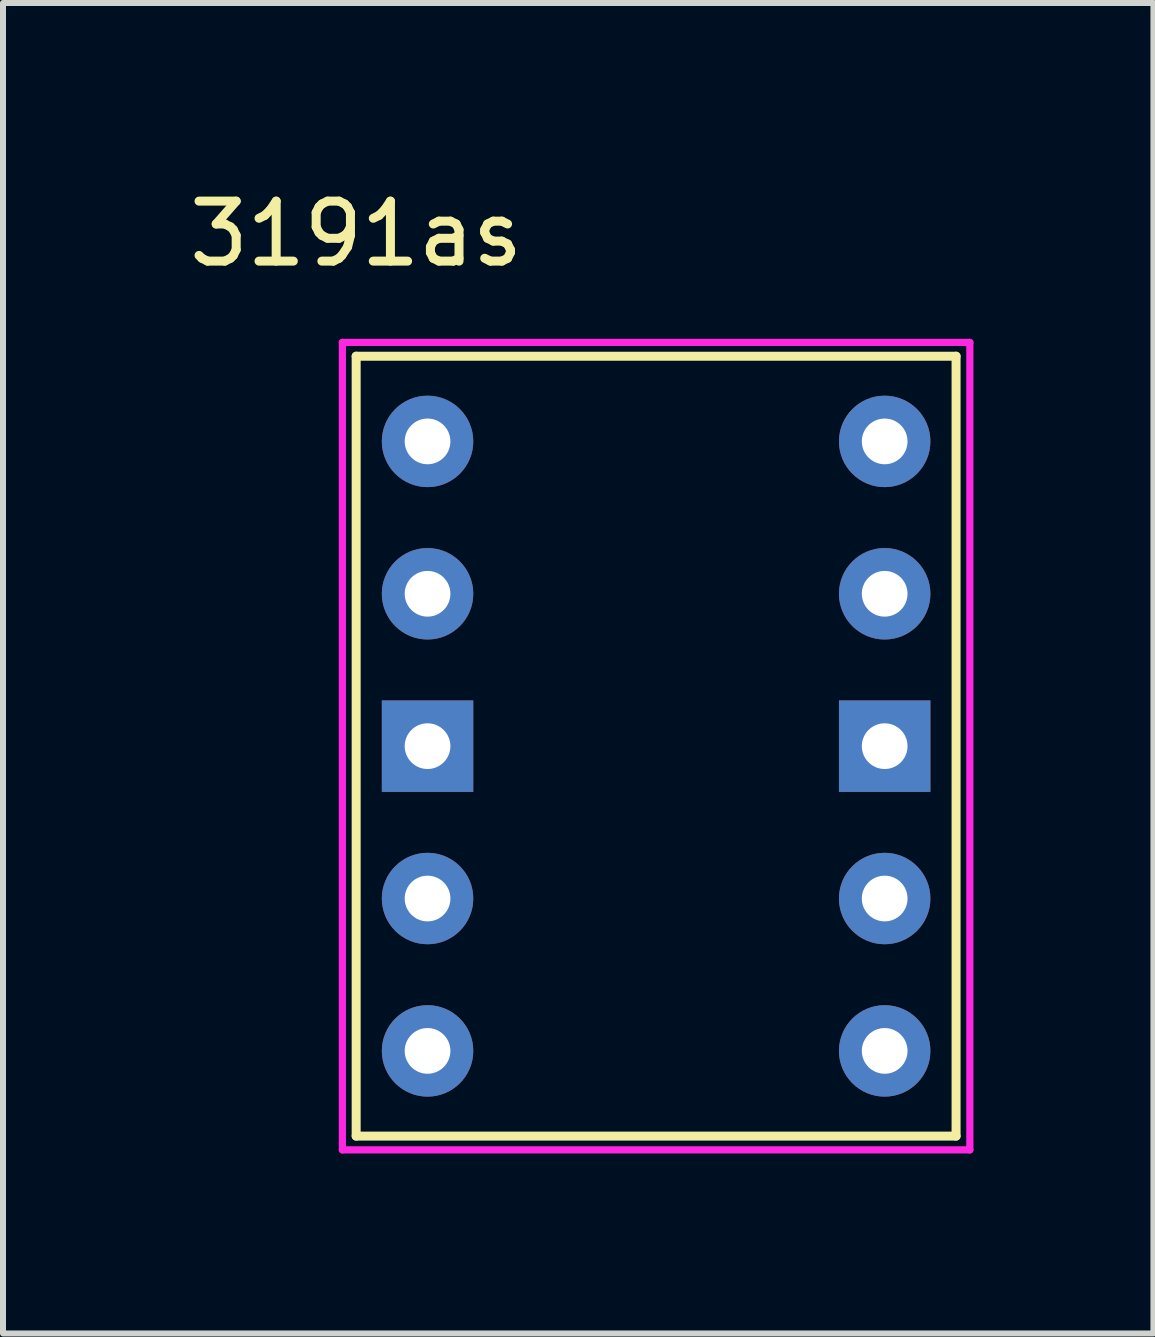
<source format=kicad_pcb>
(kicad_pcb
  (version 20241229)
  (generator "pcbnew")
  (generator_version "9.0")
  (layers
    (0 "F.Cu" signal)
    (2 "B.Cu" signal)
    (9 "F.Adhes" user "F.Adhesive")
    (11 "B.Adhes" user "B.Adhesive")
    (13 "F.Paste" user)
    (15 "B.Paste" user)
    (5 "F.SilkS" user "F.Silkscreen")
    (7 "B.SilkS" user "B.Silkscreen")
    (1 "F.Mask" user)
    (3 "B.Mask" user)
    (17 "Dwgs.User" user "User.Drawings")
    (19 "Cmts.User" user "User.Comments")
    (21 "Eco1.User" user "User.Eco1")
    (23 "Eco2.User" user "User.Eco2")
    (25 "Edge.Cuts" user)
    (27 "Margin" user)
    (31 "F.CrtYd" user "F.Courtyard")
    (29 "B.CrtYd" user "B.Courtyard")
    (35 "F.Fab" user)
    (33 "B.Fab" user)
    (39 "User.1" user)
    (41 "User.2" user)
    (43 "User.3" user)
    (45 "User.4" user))
  (footprint "3191as"
    (layer "F.Cu")
    (at 2.887 0.348)
    (property "Reference" "3191as" (at 0 0.5 0) (layer "F.SilkS") (effects (font (size 1 1) (thickness 0.15))))
    (attr through_hole)
    (fp_line (start 0 2.54) (end 10 2.54) (stroke (width 0.15) (type solid)) (layer "F.SilkS"))
    (fp_line (start 0 15.54) (end 0 2.54) (stroke (width 0.15) (type solid)) (layer "F.SilkS"))
    (fp_line (start 10 2.54) (end 10 15.54) (stroke (width 0.15) (type solid)) (layer "F.SilkS"))
    (fp_line (start 10 15.54) (end 0 15.54) (stroke (width 0.15) (type solid)) (layer "F.SilkS"))
    (fp_line (start -0.23 2.31) (end -0.23 15.77) (stroke (width 0.12) (type solid)) (layer "F.CrtYd"))
    (fp_line (start -0.23 2.31) (end 10.23 2.31) (stroke (width 0.12) (type solid)) (layer "F.CrtYd"))
    (fp_line (start -0.23 15.77) (end 10.23 15.77) (stroke (width 0.12) (type solid)) (layer "F.CrtYd"))
    (fp_line (start 10.23 2.31) (end 10.23 15.77) (stroke (width 0.12) (type solid)) (layer "F.CrtYd"))
    (pad "1" thru_hole circle (at 1.19 3.96) (size 1.524 1.524) (drill 0.762) (layers "*.Cu" "*.Mask"))
    (pad "2" thru_hole circle (at 1.19 6.5) (size 1.524 1.524) (drill 0.762) (layers "*.Cu" "*.Mask"))
    (pad "3" thru_hole rect (at 1.19 9.04) (size 1.524 1.524) (drill 0.762) (layers "*.Cu" "*.Mask"))
    (pad "4" thru_hole circle (at 1.19 11.58) (size 1.524 1.524) (drill 0.762) (layers "*.Cu" "*.Mask"))
    (pad "5" thru_hole circle (at 1.19 14.12) (size 1.524 1.524) (drill 0.762) (layers "*.Cu" "*.Mask"))
    (pad "6" thru_hole circle (at 8.81 14.12) (size 1.524 1.524) (drill 0.762) (layers "*.Cu" "*.Mask"))
    (pad "7" thru_hole circle (at 8.81 11.58) (size 1.524 1.524) (drill 0.762) (layers "*.Cu" "*.Mask"))
    (pad "8" thru_hole rect (at 8.81 9.04) (size 1.524 1.524) (drill 0.762) (layers "*.Cu" "*.Mask"))
    (pad "9" thru_hole circle (at 8.81 6.5) (size 1.524 1.524) (drill 0.762) (layers "*.Cu" "*.Mask"))
    (pad "10" thru_hole circle (at 8.81 3.96) (size 1.524 1.524) (drill 0.762) (layers "*.Cu" "*.Mask")))
  (gr_rect
    (start -3 -3)
    (end 16.177 19.178)
    (stroke (width 0.1) (type default))
    (fill no)
    (layer "Edge.Cuts")))
</source>
